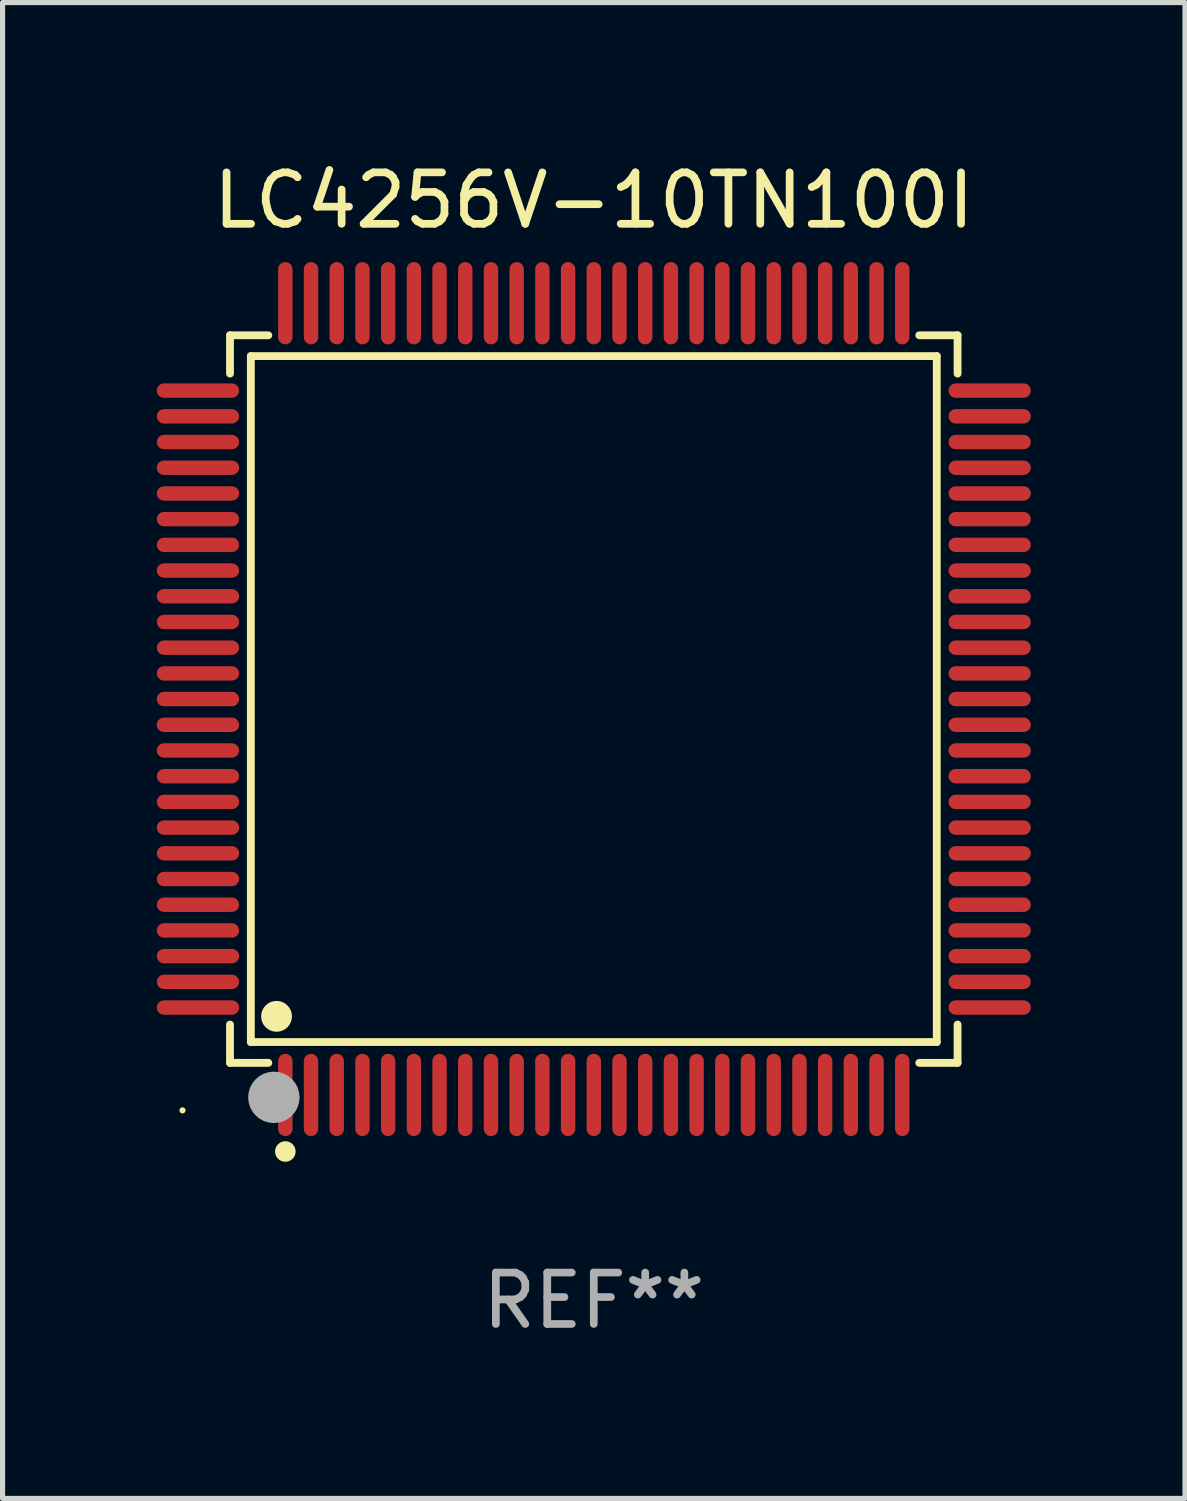
<source format=kicad_pcb>
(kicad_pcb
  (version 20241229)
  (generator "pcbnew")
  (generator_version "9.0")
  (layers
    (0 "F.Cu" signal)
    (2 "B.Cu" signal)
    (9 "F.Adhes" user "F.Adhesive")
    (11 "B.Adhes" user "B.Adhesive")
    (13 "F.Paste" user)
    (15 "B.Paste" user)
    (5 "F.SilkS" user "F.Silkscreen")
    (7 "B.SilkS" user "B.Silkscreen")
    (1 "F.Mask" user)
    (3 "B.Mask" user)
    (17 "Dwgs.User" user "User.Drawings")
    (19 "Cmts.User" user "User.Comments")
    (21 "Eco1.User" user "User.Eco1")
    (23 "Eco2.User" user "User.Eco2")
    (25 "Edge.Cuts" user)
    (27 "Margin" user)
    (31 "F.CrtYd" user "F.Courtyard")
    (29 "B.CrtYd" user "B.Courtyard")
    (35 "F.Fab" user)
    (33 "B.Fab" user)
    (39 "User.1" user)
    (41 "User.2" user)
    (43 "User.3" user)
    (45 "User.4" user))
  (footprint "LC4256V-10TN100I"
    (layer "F.Cu")
    (at 8.5 10.548)
    (property "Reference" "LC4256V-10TN100I" (at 0 -9.7 0) (layer "F.SilkS") (effects (font (size 1 1) (thickness 0.15))))
    (attr through_hole)
    (fp_line (start -7.076 -7.076) (end -6.331 -7.076) (stroke (width 0.152) (type solid)) (layer "F.SilkS"))
    (fp_line (start -7.076 -6.331) (end -7.076 -7.076) (stroke (width 0.152) (type solid)) (layer "F.SilkS"))
    (fp_line (start -7.076 6.331) (end -7.076 7.076) (stroke (width 0.152) (type solid)) (layer "F.SilkS"))
    (fp_line (start -7.076 7.076) (end -6.331 7.076) (stroke (width 0.152) (type solid)) (layer "F.SilkS"))
    (fp_line (start -6.671 -6.671) (end 6.671 -6.671) (stroke (width 0.152) (type solid)) (layer "F.SilkS"))
    (fp_line (start -6.671 6.671) (end -6.671 -6.671) (stroke (width 0.152) (type solid)) (layer "F.SilkS"))
    (fp_line (start 6.671 -6.671) (end 6.671 6.671) (stroke (width 0.152) (type solid)) (layer "F.SilkS"))
    (fp_line (start 6.671 6.671) (end -6.671 6.671) (stroke (width 0.152) (type solid)) (layer "F.SilkS"))
    (fp_line (start 7.076 -7.076) (end 6.331 -7.076) (stroke (width 0.152) (type solid)) (layer "F.SilkS"))
    (fp_line (start 7.076 -6.331) (end 7.076 -7.076) (stroke (width 0.152) (type solid)) (layer "F.SilkS"))
    (fp_line (start 7.076 6.331) (end 7.076 7.076) (stroke (width 0.152) (type solid)) (layer "F.SilkS"))
    (fp_line (start 7.076 7.076) (end 6.331 7.076) (stroke (width 0.152) (type solid)) (layer "F.SilkS"))
    (fp_circle (center -8 8) (end -7.97 8) (stroke (width 0.06) (type solid)) (fill no) (layer "F.SilkS"))
    (fp_circle (center -6.171 6.171) (end -6.021 6.171) (stroke (width 0.3) (type solid)) (fill no) (layer "F.SilkS"))
    (fp_circle (center -6 8.8) (end -5.9 8.8) (stroke (width 0.2) (type solid)) (fill no) (layer "F.SilkS"))
    (fp_circle (center -6.223 7.747) (end -5.973 7.747) (stroke (width 0.5) (type solid)) (fill no) (layer "F.Fab"))
    (fp_text user "REF**" (at 0 11.7 0) (layer "F.Fab") (effects (font (size 1 1) (thickness 0.15))))
    (pad "1" smd oval (at -6 7.7) (size 0.28 1.6) (layers "F.Cu" "F.Mask" "F.Paste"))
    (pad "2" smd oval (at -5.5 7.7) (size 0.28 1.6) (layers "F.Cu" "F.Mask" "F.Paste"))
    (pad "3" smd oval (at -5 7.7) (size 0.28 1.6) (layers "F.Cu" "F.Mask" "F.Paste"))
    (pad "4" smd oval (at -4.5 7.7) (size 0.28 1.6) (layers "F.Cu" "F.Mask" "F.Paste"))
    (pad "5" smd oval (at -4 7.7) (size 0.28 1.6) (layers "F.Cu" "F.Mask" "F.Paste"))
    (pad "6" smd oval (at -3.5 7.7) (size 0.28 1.6) (layers "F.Cu" "F.Mask" "F.Paste"))
    (pad "7" smd oval (at -3 7.7) (size 0.28 1.6) (layers "F.Cu" "F.Mask" "F.Paste"))
    (pad "8" smd oval (at -2.5 7.7) (size 0.28 1.6) (layers "F.Cu" "F.Mask" "F.Paste"))
    (pad "9" smd oval (at -2 7.7) (size 0.28 1.6) (layers "F.Cu" "F.Mask" "F.Paste"))
    (pad "10" smd oval (at -1.5 7.7) (size 0.28 1.6) (layers "F.Cu" "F.Mask" "F.Paste"))
    (pad "11" smd oval (at -1 7.7) (size 0.28 1.6) (layers "F.Cu" "F.Mask" "F.Paste"))
    (pad "12" smd oval (at -0.5 7.7) (size 0.28 1.6) (layers "F.Cu" "F.Mask" "F.Paste"))
    (pad "13" smd oval (at 0 7.7) (size 0.28 1.6) (layers "F.Cu" "F.Mask" "F.Paste"))
    (pad "14" smd oval (at 0.5 7.7) (size 0.28 1.6) (layers "F.Cu" "F.Mask" "F.Paste"))
    (pad "15" smd oval (at 1 7.7) (size 0.28 1.6) (layers "F.Cu" "F.Mask" "F.Paste"))
    (pad "16" smd oval (at 1.5 7.7) (size 0.28 1.6) (layers "F.Cu" "F.Mask" "F.Paste"))
    (pad "17" smd oval (at 2 7.7) (size 0.28 1.6) (layers "F.Cu" "F.Mask" "F.Paste"))
    (pad "18" smd oval (at 2.5 7.7) (size 0.28 1.6) (layers "F.Cu" "F.Mask" "F.Paste"))
    (pad "19" smd oval (at 3 7.7) (size 0.28 1.6) (layers "F.Cu" "F.Mask" "F.Paste"))
    (pad "20" smd oval (at 3.5 7.7) (size 0.28 1.6) (layers "F.Cu" "F.Mask" "F.Paste"))
    (pad "21" smd oval (at 4 7.7) (size 0.28 1.6) (layers "F.Cu" "F.Mask" "F.Paste"))
    (pad "22" smd oval (at 4.5 7.7) (size 0.28 1.6) (layers "F.Cu" "F.Mask" "F.Paste"))
    (pad "23" smd oval (at 5 7.7) (size 0.28 1.6) (layers "F.Cu" "F.Mask" "F.Paste"))
    (pad "24" smd oval (at 5.5 7.7) (size 0.28 1.6) (layers "F.Cu" "F.Mask" "F.Paste"))
    (pad "25" smd oval (at 6 7.7) (size 0.28 1.6) (layers "F.Cu" "F.Mask" "F.Paste"))
    (pad "26" smd oval (at 7.7 6) (size 1.6 0.28) (layers "F.Cu" "F.Mask" "F.Paste"))
    (pad "27" smd oval (at 7.7 5.5) (size 1.6 0.28) (layers "F.Cu" "F.Mask" "F.Paste"))
    (pad "28" smd oval (at 7.7 5) (size 1.6 0.28) (layers "F.Cu" "F.Mask" "F.Paste"))
    (pad "29" smd oval (at 7.7 4.5) (size 1.6 0.28) (layers "F.Cu" "F.Mask" "F.Paste"))
    (pad "30" smd oval (at 7.7 4) (size 1.6 0.28) (layers "F.Cu" "F.Mask" "F.Paste"))
    (pad "31" smd oval (at 7.7 3.5) (size 1.6 0.28) (layers "F.Cu" "F.Mask" "F.Paste"))
    (pad "32" smd oval (at 7.7 3) (size 1.6 0.28) (layers "F.Cu" "F.Mask" "F.Paste"))
    (pad "33" smd oval (at 7.7 2.5) (size 1.6 0.28) (layers "F.Cu" "F.Mask" "F.Paste"))
    (pad "34" smd oval (at 7.7 2) (size 1.6 0.28) (layers "F.Cu" "F.Mask" "F.Paste"))
    (pad "35" smd oval (at 7.7 1.5) (size 1.6 0.28) (layers "F.Cu" "F.Mask" "F.Paste"))
    (pad "36" smd oval (at 7.7 1) (size 1.6 0.28) (layers "F.Cu" "F.Mask" "F.Paste"))
    (pad "37" smd oval (at 7.7 0.5) (size 1.6 0.28) (layers "F.Cu" "F.Mask" "F.Paste"))
    (pad "38" smd oval (at 7.7 0) (size 1.6 0.28) (layers "F.Cu" "F.Mask" "F.Paste"))
    (pad "39" smd oval (at 7.7 -0.5) (size 1.6 0.28) (layers "F.Cu" "F.Mask" "F.Paste"))
    (pad "40" smd oval (at 7.7 -1) (size 1.6 0.28) (layers "F.Cu" "F.Mask" "F.Paste"))
    (pad "41" smd oval (at 7.7 -1.5) (size 1.6 0.28) (layers "F.Cu" "F.Mask" "F.Paste"))
    (pad "42" smd oval (at 7.7 -2) (size 1.6 0.28) (layers "F.Cu" "F.Mask" "F.Paste"))
    (pad "43" smd oval (at 7.7 -2.5) (size 1.6 0.28) (layers "F.Cu" "F.Mask" "F.Paste"))
    (pad "44" smd oval (at 7.7 -3) (size 1.6 0.28) (layers "F.Cu" "F.Mask" "F.Paste"))
    (pad "45" smd oval (at 7.7 -3.5) (size 1.6 0.28) (layers "F.Cu" "F.Mask" "F.Paste"))
    (pad "46" smd oval (at 7.7 -4) (size 1.6 0.28) (layers "F.Cu" "F.Mask" "F.Paste"))
    (pad "47" smd oval (at 7.7 -4.5) (size 1.6 0.28) (layers "F.Cu" "F.Mask" "F.Paste"))
    (pad "48" smd oval (at 7.7 -5) (size 1.6 0.28) (layers "F.Cu" "F.Mask" "F.Paste"))
    (pad "49" smd oval (at 7.7 -5.5) (size 1.6 0.28) (layers "F.Cu" "F.Mask" "F.Paste"))
    (pad "50" smd oval (at 7.7 -6) (size 1.6 0.28) (layers "F.Cu" "F.Mask" "F.Paste"))
    (pad "51" smd oval (at 6 -7.7) (size 0.28 1.6) (layers "F.Cu" "F.Mask" "F.Paste"))
    (pad "52" smd oval (at 5.5 -7.7) (size 0.28 1.6) (layers "F.Cu" "F.Mask" "F.Paste"))
    (pad "53" smd oval (at 5 -7.7) (size 0.28 1.6) (layers "F.Cu" "F.Mask" "F.Paste"))
    (pad "54" smd oval (at 4.5 -7.7) (size 0.28 1.6) (layers "F.Cu" "F.Mask" "F.Paste"))
    (pad "55" smd oval (at 4 -7.7) (size 0.28 1.6) (layers "F.Cu" "F.Mask" "F.Paste"))
    (pad "56" smd oval (at 3.5 -7.7) (size 0.28 1.6) (layers "F.Cu" "F.Mask" "F.Paste"))
    (pad "57" smd oval (at 3 -7.7) (size 0.28 1.6) (layers "F.Cu" "F.Mask" "F.Paste"))
    (pad "58" smd oval (at 2.5 -7.7) (size 0.28 1.6) (layers "F.Cu" "F.Mask" "F.Paste"))
    (pad "59" smd oval (at 2 -7.7) (size 0.28 1.6) (layers "F.Cu" "F.Mask" "F.Paste"))
    (pad "60" smd oval (at 1.5 -7.7) (size 0.28 1.6) (layers "F.Cu" "F.Mask" "F.Paste"))
    (pad "61" smd oval (at 1 -7.7) (size 0.28 1.6) (layers "F.Cu" "F.Mask" "F.Paste"))
    (pad "62" smd oval (at 0.5 -7.7) (size 0.28 1.6) (layers "F.Cu" "F.Mask" "F.Paste"))
    (pad "63" smd oval (at 0 -7.7) (size 0.28 1.6) (layers "F.Cu" "F.Mask" "F.Paste"))
    (pad "64" smd oval (at -0.5 -7.7) (size 0.28 1.6) (layers "F.Cu" "F.Mask" "F.Paste"))
    (pad "65" smd oval (at -1 -7.7) (size 0.28 1.6) (layers "F.Cu" "F.Mask" "F.Paste"))
    (pad "66" smd oval (at -1.5 -7.7) (size 0.28 1.6) (layers "F.Cu" "F.Mask" "F.Paste"))
    (pad "67" smd oval (at -2 -7.7) (size 0.28 1.6) (layers "F.Cu" "F.Mask" "F.Paste"))
    (pad "68" smd oval (at -2.5 -7.7) (size 0.28 1.6) (layers "F.Cu" "F.Mask" "F.Paste"))
    (pad "69" smd oval (at -3 -7.7) (size 0.28 1.6) (layers "F.Cu" "F.Mask" "F.Paste"))
    (pad "70" smd oval (at -3.5 -7.7) (size 0.28 1.6) (layers "F.Cu" "F.Mask" "F.Paste"))
    (pad "71" smd oval (at -4 -7.7) (size 0.28 1.6) (layers "F.Cu" "F.Mask" "F.Paste"))
    (pad "72" smd oval (at -4.5 -7.7) (size 0.28 1.6) (layers "F.Cu" "F.Mask" "F.Paste"))
    (pad "73" smd oval (at -5 -7.7) (size 0.28 1.6) (layers "F.Cu" "F.Mask" "F.Paste"))
    (pad "74" smd oval (at -5.5 -7.7) (size 0.28 1.6) (layers "F.Cu" "F.Mask" "F.Paste"))
    (pad "75" smd oval (at -6 -7.7) (size 0.28 1.6) (layers "F.Cu" "F.Mask" "F.Paste"))
    (pad "76" smd oval (at -7.7 -6) (size 1.6 0.28) (layers "F.Cu" "F.Mask" "F.Paste"))
    (pad "77" smd oval (at -7.7 -5.5) (size 1.6 0.28) (layers "F.Cu" "F.Mask" "F.Paste"))
    (pad "78" smd oval (at -7.7 -5) (size 1.6 0.28) (layers "F.Cu" "F.Mask" "F.Paste"))
    (pad "79" smd oval (at -7.7 -4.5) (size 1.6 0.28) (layers "F.Cu" "F.Mask" "F.Paste"))
    (pad "80" smd oval (at -7.7 -4) (size 1.6 0.28) (layers "F.Cu" "F.Mask" "F.Paste"))
    (pad "81" smd oval (at -7.7 -3.5) (size 1.6 0.28) (layers "F.Cu" "F.Mask" "F.Paste"))
    (pad "82" smd oval (at -7.7 -3) (size 1.6 0.28) (layers "F.Cu" "F.Mask" "F.Paste"))
    (pad "83" smd oval (at -7.7 -2.5) (size 1.6 0.28) (layers "F.Cu" "F.Mask" "F.Paste"))
    (pad "84" smd oval (at -7.7 -2) (size 1.6 0.28) (layers "F.Cu" "F.Mask" "F.Paste"))
    (pad "85" smd oval (at -7.7 -1.5) (size 1.6 0.28) (layers "F.Cu" "F.Mask" "F.Paste"))
    (pad "86" smd oval (at -7.7 -1) (size 1.6 0.28) (layers "F.Cu" "F.Mask" "F.Paste"))
    (pad "87" smd oval (at -7.7 -0.5) (size 1.6 0.28) (layers "F.Cu" "F.Mask" "F.Paste"))
    (pad "88" smd oval (at -7.7 0) (size 1.6 0.28) (layers "F.Cu" "F.Mask" "F.Paste"))
    (pad "89" smd oval (at -7.7 0.5) (size 1.6 0.28) (layers "F.Cu" "F.Mask" "F.Paste"))
    (pad "90" smd oval (at -7.7 1) (size 1.6 0.28) (layers "F.Cu" "F.Mask" "F.Paste"))
    (pad "91" smd oval (at -7.7 1.5) (size 1.6 0.28) (layers "F.Cu" "F.Mask" "F.Paste"))
    (pad "92" smd oval (at -7.7 2) (size 1.6 0.28) (layers "F.Cu" "F.Mask" "F.Paste"))
    (pad "93" smd oval (at -7.7 2.5) (size 1.6 0.28) (layers "F.Cu" "F.Mask" "F.Paste"))
    (pad "94" smd oval (at -7.7 3) (size 1.6 0.28) (layers "F.Cu" "F.Mask" "F.Paste"))
    (pad "95" smd oval (at -7.7 3.5) (size 1.6 0.28) (layers "F.Cu" "F.Mask" "F.Paste"))
    (pad "96" smd oval (at -7.7 4) (size 1.6 0.28) (layers "F.Cu" "F.Mask" "F.Paste"))
    (pad "97" smd oval (at -7.7 4.5) (size 1.6 0.28) (layers "F.Cu" "F.Mask" "F.Paste"))
    (pad "98" smd oval (at -7.7 5) (size 1.6 0.28) (layers "F.Cu" "F.Mask" "F.Paste"))
    (pad "99" smd oval (at -7.7 5.5) (size 1.6 0.28) (layers "F.Cu" "F.Mask" "F.Paste"))
    (pad "100" smd oval (at -7.7 6) (size 1.6 0.28) (layers "F.Cu" "F.Mask" "F.Paste")))
  (gr_rect
    (start -3 -3)
    (end 20 26.097)
    (stroke (width 0.1) (type default))
    (fill no)
    (layer "Edge.Cuts")))
</source>
